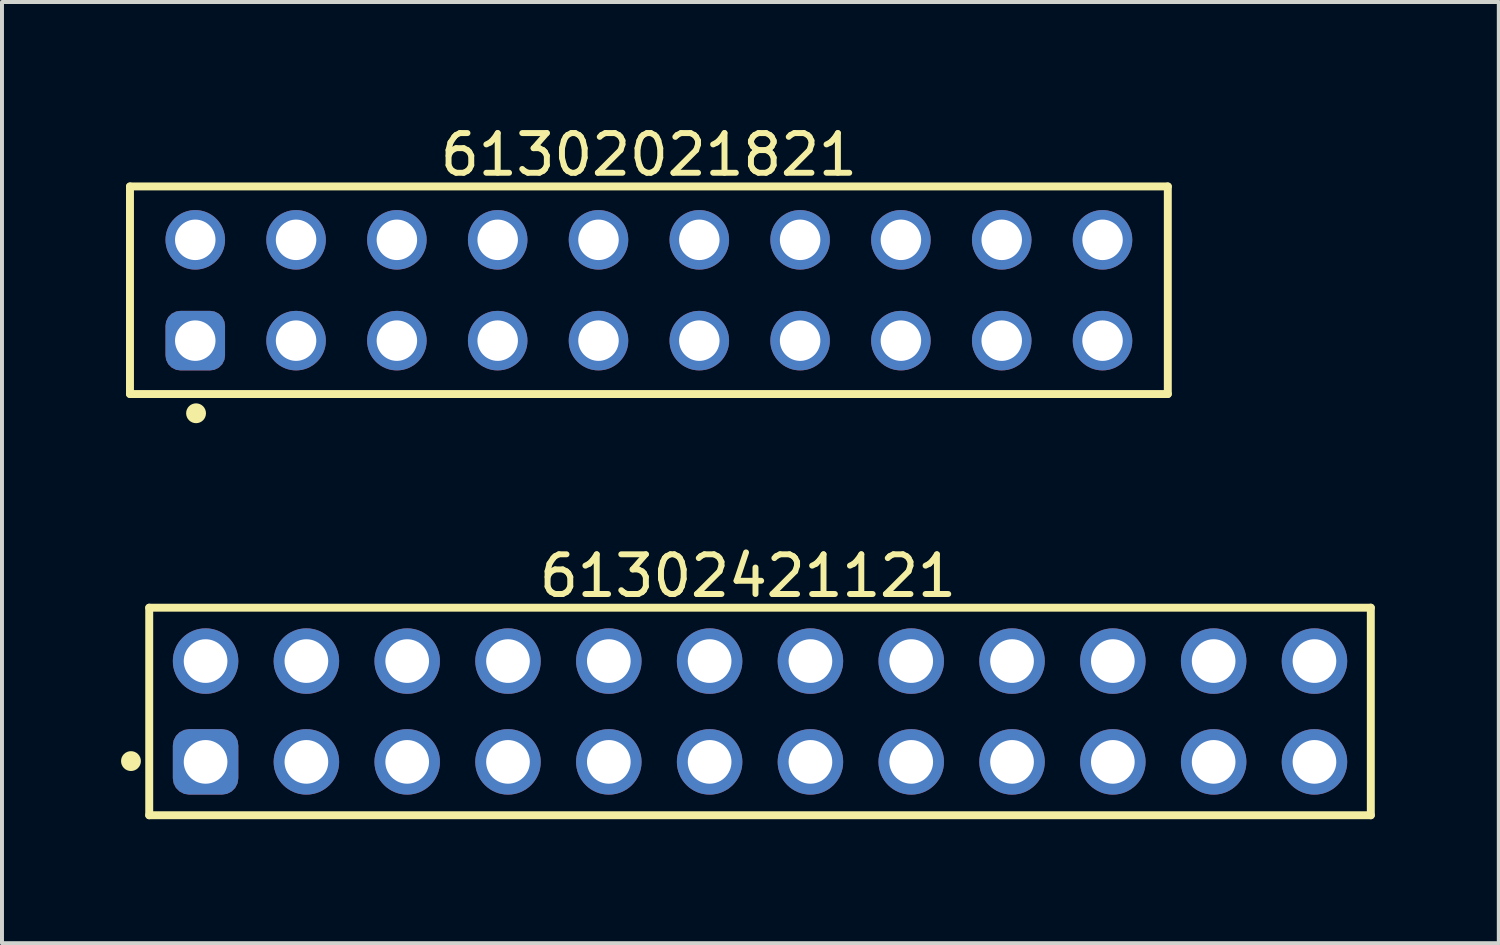
<source format=kicad_pcb>
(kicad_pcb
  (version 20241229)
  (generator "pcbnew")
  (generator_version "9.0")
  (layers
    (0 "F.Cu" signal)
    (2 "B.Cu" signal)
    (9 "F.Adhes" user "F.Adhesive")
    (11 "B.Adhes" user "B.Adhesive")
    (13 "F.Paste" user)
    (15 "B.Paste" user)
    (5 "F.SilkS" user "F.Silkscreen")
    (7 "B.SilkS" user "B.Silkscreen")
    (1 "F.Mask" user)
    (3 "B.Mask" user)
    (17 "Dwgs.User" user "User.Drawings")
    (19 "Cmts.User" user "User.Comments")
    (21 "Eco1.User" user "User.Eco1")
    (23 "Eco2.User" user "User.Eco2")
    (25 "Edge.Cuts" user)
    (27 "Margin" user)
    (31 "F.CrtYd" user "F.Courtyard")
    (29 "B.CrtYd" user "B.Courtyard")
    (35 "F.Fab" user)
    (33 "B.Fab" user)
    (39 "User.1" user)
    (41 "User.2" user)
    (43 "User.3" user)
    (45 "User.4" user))
  (footprint "61302421121"
    (layer "F.Cu")
    (at 16.1 14.877)
    (property "Reference" "61302421121" (at -0.305 -3.415 0) (layer "F.SilkS") (effects (font (size 1 1) (thickness 0.15))))
    (fp_line (start -15.39 -2.615) (end 15.39 -2.615) (stroke (width 0.2) (type solid)) (layer "F.SilkS"))
    (fp_line (start -15.39 2.615) (end -15.39 -2.615) (stroke (width 0.2) (type solid)) (layer "F.SilkS"))
    (fp_line (start -15.39 2.615) (end 15.39 2.615) (stroke (width 0.2) (type solid)) (layer "F.SilkS"))
    (fp_line (start 15.39 2.615) (end 15.39 -2.615) (stroke (width 0.2) (type solid)) (layer "F.SilkS"))
    (fp_circle (center -15.85 1.25) (end -15.85 1.125) (stroke (width 0.25) (type solid)) (fill no) (layer "F.SilkS"))
    (fp_line (start -15.59 -2.815) (end 15.59 -2.815) (stroke (width 0.05) (type solid)) (layer "Eco2.User"))
    (fp_line (start -15.59 2.815) (end -15.59 -2.815) (stroke (width 0.05) (type solid)) (layer "Eco2.User"))
    (fp_line (start -15.59 2.815) (end 15.59 2.815) (stroke (width 0.05) (type solid)) (layer "Eco2.User"))
    (fp_line (start -15.24 -2.54) (end 15.24 -2.54) (stroke (width 0.1) (type solid)) (layer "Eco2.User"))
    (fp_line (start -15.24 2.54) (end -15.24 -2.54) (stroke (width 0.1) (type solid)) (layer "Eco2.User"))
    (fp_line (start -15.24 2.54) (end 15.24 2.54) (stroke (width 0.1) (type solid)) (layer "Eco2.User"))
    (fp_line (start -0.5 0) (end 0.5 0) (stroke (width 0.05) (type solid)) (layer "Eco2.User"))
    (fp_line (start 0 0.5) (end 0 -0.5) (stroke (width 0.05) (type solid)) (layer "Eco2.User"))
    (fp_line (start 15.24 2.54) (end 15.24 -2.54) (stroke (width 0.1) (type solid)) (layer "Eco2.User"))
    (fp_line (start 15.59 2.815) (end 15.59 -2.815) (stroke (width 0.05) (type solid)) (layer "Eco2.User"))
    (fp_text user "${REFERENCE}" (at 0.15 -0.197 0) (unlocked yes) (layer "User.3") (effects (font (size 1.5 1.5) (thickness 0.15))))
    (pad "1" thru_hole roundrect (at -13.97 1.27) (size 1.65 1.65) (drill 1.1) (layers "*.Cu" "*.Mask") (roundrect_rratio 0.25))
    (pad "2" thru_hole circle (at -13.97 -1.27) (size 1.65 1.65) (drill 1.1) (layers "*.Cu" "*.Mask"))
    (pad "3" thru_hole circle (at -11.43 1.27) (size 1.65 1.65) (drill 1.1) (layers "*.Cu" "*.Mask"))
    (pad "4" thru_hole circle (at -11.43 -1.27) (size 1.65 1.65) (drill 1.1) (layers "*.Cu" "*.Mask"))
    (pad "5" thru_hole circle (at -8.89 1.27) (size 1.65 1.65) (drill 1.1) (layers "*.Cu" "*.Mask"))
    (pad "6" thru_hole circle (at -8.89 -1.27) (size 1.65 1.65) (drill 1.1) (layers "*.Cu" "*.Mask"))
    (pad "7" thru_hole circle (at -6.35 1.27) (size 1.65 1.65) (drill 1.1) (layers "*.Cu" "*.Mask"))
    (pad "8" thru_hole circle (at -6.35 -1.27) (size 1.65 1.65) (drill 1.1) (layers "*.Cu" "*.Mask"))
    (pad "9" thru_hole circle (at -3.81 1.27) (size 1.65 1.65) (drill 1.1) (layers "*.Cu" "*.Mask"))
    (pad "10" thru_hole circle (at -3.81 -1.27) (size 1.65 1.65) (drill 1.1) (layers "*.Cu" "*.Mask"))
    (pad "11" thru_hole circle (at -1.27 1.27) (size 1.65 1.65) (drill 1.1) (layers "*.Cu" "*.Mask"))
    (pad "12" thru_hole circle (at -1.27 -1.27) (size 1.65 1.65) (drill 1.1) (layers "*.Cu" "*.Mask"))
    (pad "13" thru_hole circle (at 1.27 1.27) (size 1.65 1.65) (drill 1.1) (layers "*.Cu" "*.Mask"))
    (pad "14" thru_hole circle (at 1.27 -1.27) (size 1.65 1.65) (drill 1.1) (layers "*.Cu" "*.Mask"))
    (pad "15" thru_hole circle (at 3.81 1.27) (size 1.65 1.65) (drill 1.1) (layers "*.Cu" "*.Mask"))
    (pad "16" thru_hole circle (at 3.81 -1.27) (size 1.65 1.65) (drill 1.1) (layers "*.Cu" "*.Mask"))
    (pad "17" thru_hole circle (at 6.35 1.27) (size 1.65 1.65) (drill 1.1) (layers "*.Cu" "*.Mask"))
    (pad "18" thru_hole circle (at 6.35 -1.27) (size 1.65 1.65) (drill 1.1) (layers "*.Cu" "*.Mask"))
    (pad "19" thru_hole circle (at 8.89 1.27) (size 1.65 1.65) (drill 1.1) (layers "*.Cu" "*.Mask"))
    (pad "20" thru_hole circle (at 8.89 -1.27) (size 1.65 1.65) (drill 1.1) (layers "*.Cu" "*.Mask"))
    (pad "21" thru_hole circle (at 11.43 1.27) (size 1.65 1.65) (drill 1.1) (layers "*.Cu" "*.Mask"))
    (pad "22" thru_hole circle (at 11.43 -1.27) (size 1.65 1.65) (drill 1.1) (layers "*.Cu" "*.Mask"))
    (pad "23" thru_hole circle (at 13.97 1.27) (size 1.65 1.65) (drill 1.1) (layers "*.Cu" "*.Mask"))
    (pad "24" thru_hole circle (at 13.97 -1.27) (size 1.65 1.65) (drill 1.1) (layers "*.Cu" "*.Mask")))
  (footprint "61302021821"
    (layer "F.Cu")
    (at 13.3 4.263)
    (property "Reference" "61302021821" (at 0 -3.415 0) (layer "F.SilkS") (effects (font (size 1 1) (thickness 0.15))))
    (fp_line (start -13.075 -2.615) (end 13.075 -2.615) (stroke (width 0.2) (type solid)) (layer "F.SilkS"))
    (fp_line (start -13.075 2.615) (end -13.075 -2.615) (stroke (width 0.2) (type solid)) (layer "F.SilkS"))
    (fp_line (start -13.075 2.615) (end 13.075 2.615) (stroke (width 0.2) (type solid)) (layer "F.SilkS"))
    (fp_line (start 13.075 2.615) (end 13.075 -2.615) (stroke (width 0.2) (type solid)) (layer "F.SilkS"))
    (fp_circle (center -11.41 3.1) (end -11.41 2.975) (stroke (width 0.25) (type solid)) (fill no) (layer "F.SilkS"))
    (fp_line (start -13.275 -2.815) (end 13.275 -2.815) (stroke (width 0.05) (type solid)) (layer "Eco2.User"))
    (fp_line (start -13.275 2.815) (end -13.275 -2.815) (stroke (width 0.05) (type solid)) (layer "Eco2.User"))
    (fp_line (start -13.275 2.815) (end 13.275 2.815) (stroke (width 0.05) (type solid)) (layer "Eco2.User"))
    (fp_line (start -12.95 -2.54) (end 12.95 -2.54) (stroke (width 0.1) (type solid)) (layer "Eco2.User"))
    (fp_line (start -12.95 2.54) (end -12.95 -2.54) (stroke (width 0.1) (type solid)) (layer "Eco2.User"))
    (fp_line (start -12.95 2.54) (end 12.95 2.54) (stroke (width 0.1) (type solid)) (layer "Eco2.User"))
    (fp_line (start -0.5 0) (end 0.5 0) (stroke (width 0.05) (type solid)) (layer "Eco2.User"))
    (fp_line (start 0 0.5) (end 0 -0.5) (stroke (width 0.05) (type solid)) (layer "Eco2.User"))
    (fp_line (start 12.95 2.54) (end 12.95 -2.54) (stroke (width 0.1) (type solid)) (layer "Eco2.User"))
    (fp_line (start 13.275 2.815) (end 13.275 -2.815) (stroke (width 0.05) (type solid)) (layer "Eco2.User"))
    (fp_text user "${REFERENCE}" (at 0.15 -0.197 0) (unlocked yes) (layer "User.3") (effects (font (size 1.5 1.5) (thickness 0.15))))
    (pad "1" thru_hole roundrect (at -11.43 1.27) (size 1.5 1.5) (drill 1.02) (layers "*.Cu" "*.Mask") (roundrect_rratio 0.25))
    (pad "2" thru_hole circle (at -11.43 -1.27) (size 1.5 1.5) (drill 1.02) (layers "*.Cu" "*.Mask"))
    (pad "3" thru_hole circle (at -8.89 1.27) (size 1.5 1.5) (drill 1.02) (layers "*.Cu" "*.Mask"))
    (pad "4" thru_hole circle (at -8.89 -1.27) (size 1.5 1.5) (drill 1.02) (layers "*.Cu" "*.Mask"))
    (pad "5" thru_hole circle (at -6.35 1.27) (size 1.5 1.5) (drill 1.02) (layers "*.Cu" "*.Mask"))
    (pad "6" thru_hole circle (at -6.35 -1.27) (size 1.5 1.5) (drill 1.02) (layers "*.Cu" "*.Mask"))
    (pad "7" thru_hole circle (at -3.81 1.27) (size 1.5 1.5) (drill 1.02) (layers "*.Cu" "*.Mask"))
    (pad "8" thru_hole circle (at -3.81 -1.27) (size 1.5 1.5) (drill 1.02) (layers "*.Cu" "*.Mask"))
    (pad "9" thru_hole circle (at -1.27 1.27) (size 1.5 1.5) (drill 1.02) (layers "*.Cu" "*.Mask"))
    (pad "10" thru_hole circle (at -1.27 -1.27) (size 1.5 1.5) (drill 1.02) (layers "*.Cu" "*.Mask"))
    (pad "11" thru_hole circle (at 1.27 1.27) (size 1.5 1.5) (drill 1.02) (layers "*.Cu" "*.Mask"))
    (pad "12" thru_hole circle (at 1.27 -1.27) (size 1.5 1.5) (drill 1.02) (layers "*.Cu" "*.Mask"))
    (pad "13" thru_hole circle (at 3.81 1.27) (size 1.5 1.5) (drill 1.02) (layers "*.Cu" "*.Mask"))
    (pad "14" thru_hole circle (at 3.81 -1.27) (size 1.5 1.5) (drill 1.02) (layers "*.Cu" "*.Mask"))
    (pad "15" thru_hole circle (at 6.35 1.27) (size 1.5 1.5) (drill 1.02) (layers "*.Cu" "*.Mask"))
    (pad "16" thru_hole circle (at 6.35 -1.27) (size 1.5 1.5) (drill 1.02) (layers "*.Cu" "*.Mask"))
    (pad "17" thru_hole circle (at 8.89 1.27) (size 1.5 1.5) (drill 1.02) (layers "*.Cu" "*.Mask"))
    (pad "18" thru_hole circle (at 8.89 -1.27) (size 1.5 1.5) (drill 1.02) (layers "*.Cu" "*.Mask"))
    (pad "19" thru_hole circle (at 11.43 1.27) (size 1.5 1.5) (drill 1.02) (layers "*.Cu" "*.Mask"))
    (pad "20" thru_hole circle (at 11.43 -1.27) (size 1.5 1.5) (drill 1.02) (layers "*.Cu" "*.Mask")))
  (gr_rect
    (start -3 -3)
    (end 34.715 20.716)
    (stroke (width 0.1) (type default))
    (fill no)
    (layer "Edge.Cuts")))
</source>
